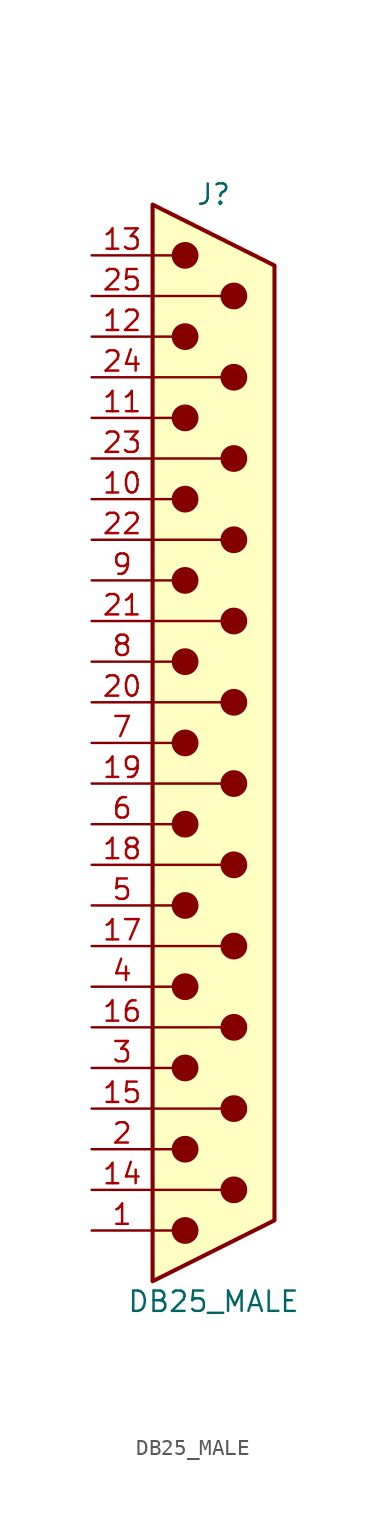
<source format=kicad_sym>
(kicad_symbol_lib
  (version 20211014)
  (generator kicad_symbol_editor)
  (symbol "DB25_MALE"
    (pin_names
      (offset 1.016) hide)
    (property "Reference" "J"
      (at 0 34.29 0)
      (effects (font (size 1.27 1.27))))
    (property "Value" "DB25_MALE"
      (at 0 -34.925 0)
      (effects (font (size 1.27 1.27))))
    (symbol "DB25_MALE_0_1"
      (circle (center -1.778 -30.48) (radius 0.762) (stroke (width 0) (type default) (color 0 0 0 0)) (fill (type outline)))
      (circle (center -1.778 -25.4) (radius 0.762) (stroke (width 0) (type default) (color 0 0 0 0)) (fill (type outline)))
      (circle (center -1.778 -20.32) (radius 0.762) (stroke (width 0) (type default) (color 0 0 0 0)) (fill (type outline)))
      (circle (center -1.778 -15.24) (radius 0.762) (stroke (width 0) (type default) (color 0 0 0 0)) (fill (type outline)))
      (circle (center -1.778 -10.16) (radius 0.762) (stroke (width 0) (type default) (color 0 0 0 0)) (fill (type outline)))
      (circle (center -1.778 -5.08) (radius 0.762) (stroke (width 0) (type default) (color 0 0 0 0)) (fill (type outline)))
      (circle (center -1.778 0) (radius 0.762) (stroke (width 0) (type default) (color 0 0 0 0)) (fill (type outline)))
      (circle (center -1.778 5.08) (radius 0.762) (stroke (width 0) (type default) (color 0 0 0 0)) (fill (type outline)))
      (circle (center -1.778 10.16) (radius 0.762) (stroke (width 0) (type default) (color 0 0 0 0)) (fill (type outline)))
      (circle (center -1.778 15.24) (radius 0.762) (stroke (width 0) (type default) (color 0 0 0 0)) (fill (type outline)))
      (circle (center -1.778 20.32) (radius 0.762) (stroke (width 0) (type default) (color 0 0 0 0)) (fill (type outline)))
      (circle (center -1.778 25.4) (radius 0.762) (stroke (width 0) (type default) (color 0 0 0 0)) (fill (type outline)))
      (circle (center -1.778 30.48) (radius 0.762) (stroke (width 0) (type default) (color 0 0 0 0)) (fill (type outline)))
      (polyline (pts (xy -3.81 -30.48) (xy -2.54 -30.48)) (stroke (width 0) (type default) (color 0 0 0 0)) (fill (type none)))
      (polyline (pts (xy -3.81 -27.94) (xy 0.508 -27.94)) (stroke (width 0) (type default) (color 0 0 0 0)) (fill (type none)))
      (polyline (pts (xy -3.81 -25.4) (xy -2.54 -25.4)) (stroke (width 0) (type default) (color 0 0 0 0)) (fill (type none)))
      (polyline (pts (xy -3.81 -22.86) (xy 0.508 -22.86)) (stroke (width 0) (type default) (color 0 0 0 0)) (fill (type none)))
      (polyline (pts (xy -3.81 -20.32) (xy -2.54 -20.32)) (stroke (width 0) (type default) (color 0 0 0 0)) (fill (type none)))
      (polyline (pts (xy -3.81 -17.78) (xy 0.508 -17.78)) (stroke (width 0) (type default) (color 0 0 0 0)) (fill (type none)))
      (polyline (pts (xy -3.81 -15.24) (xy -2.54 -15.24)) (stroke (width 0) (type default) (color 0 0 0 0)) (fill (type none)))
      (polyline (pts (xy -3.81 -12.7) (xy 0.508 -12.7)) (stroke (width 0) (type default) (color 0 0 0 0)) (fill (type none)))
      (polyline (pts (xy -3.81 -10.16) (xy -2.54 -10.16)) (stroke (width 0) (type default) (color 0 0 0 0)) (fill (type none)))
      (polyline (pts (xy -3.81 -7.62) (xy 0.508 -7.62)) (stroke (width 0) (type default) (color 0 0 0 0)) (fill (type none)))
      (polyline (pts (xy -3.81 -5.08) (xy -2.54 -5.08)) (stroke (width 0) (type default) (color 0 0 0 0)) (fill (type none)))
      (polyline (pts (xy -3.81 -2.54) (xy 0.508 -2.54)) (stroke (width 0) (type default) (color 0 0 0 0)) (fill (type none)))
      (polyline (pts (xy -3.81 0) (xy -2.54 0)) (stroke (width 0) (type default) (color 0 0 0 0)) (fill (type none)))
      (polyline (pts (xy -3.81 2.54) (xy 0.508 2.54)) (stroke (width 0) (type default) (color 0 0 0 0)) (fill (type none)))
      (polyline (pts (xy -3.81 5.08) (xy -2.54 5.08)) (stroke (width 0) (type default) (color 0 0 0 0)) (fill (type none)))
      (polyline (pts (xy -3.81 7.62) (xy 0.508 7.62)) (stroke (width 0) (type default) (color 0 0 0 0)) (fill (type none)))
      (polyline (pts (xy -3.81 10.16) (xy -2.54 10.16)) (stroke (width 0) (type default) (color 0 0 0 0)) (fill (type none)))
      (polyline (pts (xy -3.81 12.7) (xy 0.508 12.7)) (stroke (width 0) (type default) (color 0 0 0 0)) (fill (type none)))
      (polyline (pts (xy -3.81 15.24) (xy -2.54 15.24)) (stroke (width 0) (type default) (color 0 0 0 0)) (fill (type none)))
      (polyline (pts (xy -3.81 17.78) (xy 0.508 17.78)) (stroke (width 0) (type default) (color 0 0 0 0)) (fill (type none)))
      (polyline (pts (xy -3.81 20.32) (xy -2.54 20.32)) (stroke (width 0) (type default) (color 0 0 0 0)) (fill (type none)))
      (polyline (pts (xy -3.81 22.86) (xy 0.508 22.86)) (stroke (width 0) (type default) (color 0 0 0 0)) (fill (type none)))
      (polyline (pts (xy -3.81 25.4) (xy -2.54 25.4)) (stroke (width 0) (type default) (color 0 0 0 0)) (fill (type none)))
      (polyline (pts (xy -3.81 27.94) (xy 0.508 27.94)) (stroke (width 0) (type default) (color 0 0 0 0)) (fill (type none)))
      (polyline (pts (xy -3.81 30.48) (xy -2.54 30.48)) (stroke (width 0) (type default) (color 0 0 0 0)) (fill (type none)))
      (polyline (pts (xy -3.81 -33.655) (xy 3.81 -29.845) (xy 3.81 29.845) (xy -3.81 33.655) (xy -3.81 -33.655)) (stroke (width 0.254) (type default) (color 0 0 0 0)) (fill (type background)))
      (circle (center 1.27 -27.94) (radius 0.762) (stroke (width 0) (type default) (color 0 0 0 0)) (fill (type outline)))
      (circle (center 1.27 -22.86) (radius 0.762) (stroke (width 0) (type default) (color 0 0 0 0)) (fill (type outline)))
      (circle (center 1.27 -17.78) (radius 0.762) (stroke (width 0) (type default) (color 0 0 0 0)) (fill (type outline)))
      (circle (center 1.27 -12.7) (radius 0.762) (stroke (width 0) (type default) (color 0 0 0 0)) (fill (type outline)))
      (circle (center 1.27 -7.62) (radius 0.762) (stroke (width 0) (type default) (color 0 0 0 0)) (fill (type outline)))
      (circle (center 1.27 -2.54) (radius 0.762) (stroke (width 0) (type default) (color 0 0 0 0)) (fill (type outline)))
      (circle (center 1.27 2.54) (radius 0.762) (stroke (width 0) (type default) (color 0 0 0 0)) (fill (type outline)))
      (circle (center 1.27 7.62) (radius 0.762) (stroke (width 0) (type default) (color 0 0 0 0)) (fill (type outline)))
      (circle (center 1.27 12.7) (radius 0.762) (stroke (width 0) (type default) (color 0 0 0 0)) (fill (type outline)))
      (circle (center 1.27 17.78) (radius 0.762) (stroke (width 0) (type default) (color 0 0 0 0)) (fill (type outline)))
      (circle (center 1.27 22.86) (radius 0.762) (stroke (width 0) (type default) (color 0 0 0 0)) (fill (type outline)))
      (circle (center 1.27 27.94) (radius 0.762) (stroke (width 0) (type default) (color 0 0 0 0)) (fill (type outline))))
    (symbol "DB25_MALE_1_1"
      (pin passive line (at -7.62 -30.48 0) (length 3.81) (name "1" (effects (font (size 1.27 1.27)))) (number "1" (effects (font (size 1.27 1.27)))))
      (pin passive line (at -7.62 15.24 0) (length 3.81) (name "10" (effects (font (size 1.27 1.27)))) (number "10" (effects (font (size 1.27 1.27)))))
      (pin passive line (at -7.62 20.32 0) (length 3.81) (name "11" (effects (font (size 1.27 1.27)))) (number "11" (effects (font (size 1.27 1.27)))))
      (pin passive line (at -7.62 25.4 0) (length 3.81) (name "12" (effects (font (size 1.27 1.27)))) (number "12" (effects (font (size 1.27 1.27)))))
      (pin passive line (at -7.62 30.48 0) (length 3.81) (name "13" (effects (font (size 1.27 1.27)))) (number "13" (effects (font (size 1.27 1.27)))))
      (pin passive line (at -7.62 -27.94 0) (length 3.81) (name "P14" (effects (font (size 1.27 1.27)))) (number "14" (effects (font (size 1.27 1.27)))))
      (pin passive line (at -7.62 -22.86 0) (length 3.81) (name "P15" (effects (font (size 1.27 1.27)))) (number "15" (effects (font (size 1.27 1.27)))))
      (pin passive line (at -7.62 -17.78 0) (length 3.81) (name "P16" (effects (font (size 1.27 1.27)))) (number "16" (effects (font (size 1.27 1.27)))))
      (pin passive line (at -7.62 -12.7 0) (length 3.81) (name "P17" (effects (font (size 1.27 1.27)))) (number "17" (effects (font (size 1.27 1.27)))))
      (pin passive line (at -7.62 -7.62 0) (length 3.81) (name "P18" (effects (font (size 1.27 1.27)))) (number "18" (effects (font (size 1.27 1.27)))))
      (pin passive line (at -7.62 -2.54 0) (length 3.81) (name "P19" (effects (font (size 1.27 1.27)))) (number "19" (effects (font (size 1.27 1.27)))))
      (pin passive line (at -7.62 -25.4 0) (length 3.81) (name "2" (effects (font (size 1.27 1.27)))) (number "2" (effects (font (size 1.27 1.27)))))
      (pin passive line (at -7.62 2.54 0) (length 3.81) (name "P20" (effects (font (size 1.27 1.27)))) (number "20" (effects (font (size 1.27 1.27)))))
      (pin passive line (at -7.62 7.62 0) (length 3.81) (name "P21" (effects (font (size 1.27 1.27)))) (number "21" (effects (font (size 1.27 1.27)))))
      (pin passive line (at -7.62 12.7 0) (length 3.81) (name "P22" (effects (font (size 1.27 1.27)))) (number "22" (effects (font (size 1.27 1.27)))))
      (pin passive line (at -7.62 17.78 0) (length 3.81) (name "P23" (effects (font (size 1.27 1.27)))) (number "23" (effects (font (size 1.27 1.27)))))
      (pin passive line (at -7.62 22.86 0) (length 3.81) (name "P24" (effects (font (size 1.27 1.27)))) (number "24" (effects (font (size 1.27 1.27)))))
      (pin passive line (at -7.62 27.94 0) (length 3.81) (name "P25" (effects (font (size 1.27 1.27)))) (number "25" (effects (font (size 1.27 1.27)))))
      (pin passive line (at -7.62 -20.32 0) (length 3.81) (name "3" (effects (font (size 1.27 1.27)))) (number "3" (effects (font (size 1.27 1.27)))))
      (pin passive line (at -7.62 -15.24 0) (length 3.81) (name "4" (effects (font (size 1.27 1.27)))) (number "4" (effects (font (size 1.27 1.27)))))
      (pin passive line (at -7.62 -10.16 0) (length 3.81) (name "5" (effects (font (size 1.27 1.27)))) (number "5" (effects (font (size 1.27 1.27)))))
      (pin passive line (at -7.62 -5.08 0) (length 3.81) (name "6" (effects (font (size 1.27 1.27)))) (number "6" (effects (font (size 1.27 1.27)))))
      (pin passive line (at -7.62 0 0) (length 3.81) (name "7" (effects (font (size 1.27 1.27)))) (number "7" (effects (font (size 1.27 1.27)))))
      (pin passive line (at -7.62 5.08 0) (length 3.81) (name "8" (effects (font (size 1.27 1.27)))) (number "8" (effects (font (size 1.27 1.27)))))
      (pin passive line (at -7.62 10.16 0) (length 3.81) (name "9" (effects (font (size 1.27 1.27)))) (number "9" (effects (font (size 1.27 1.27))))))))
</source>
